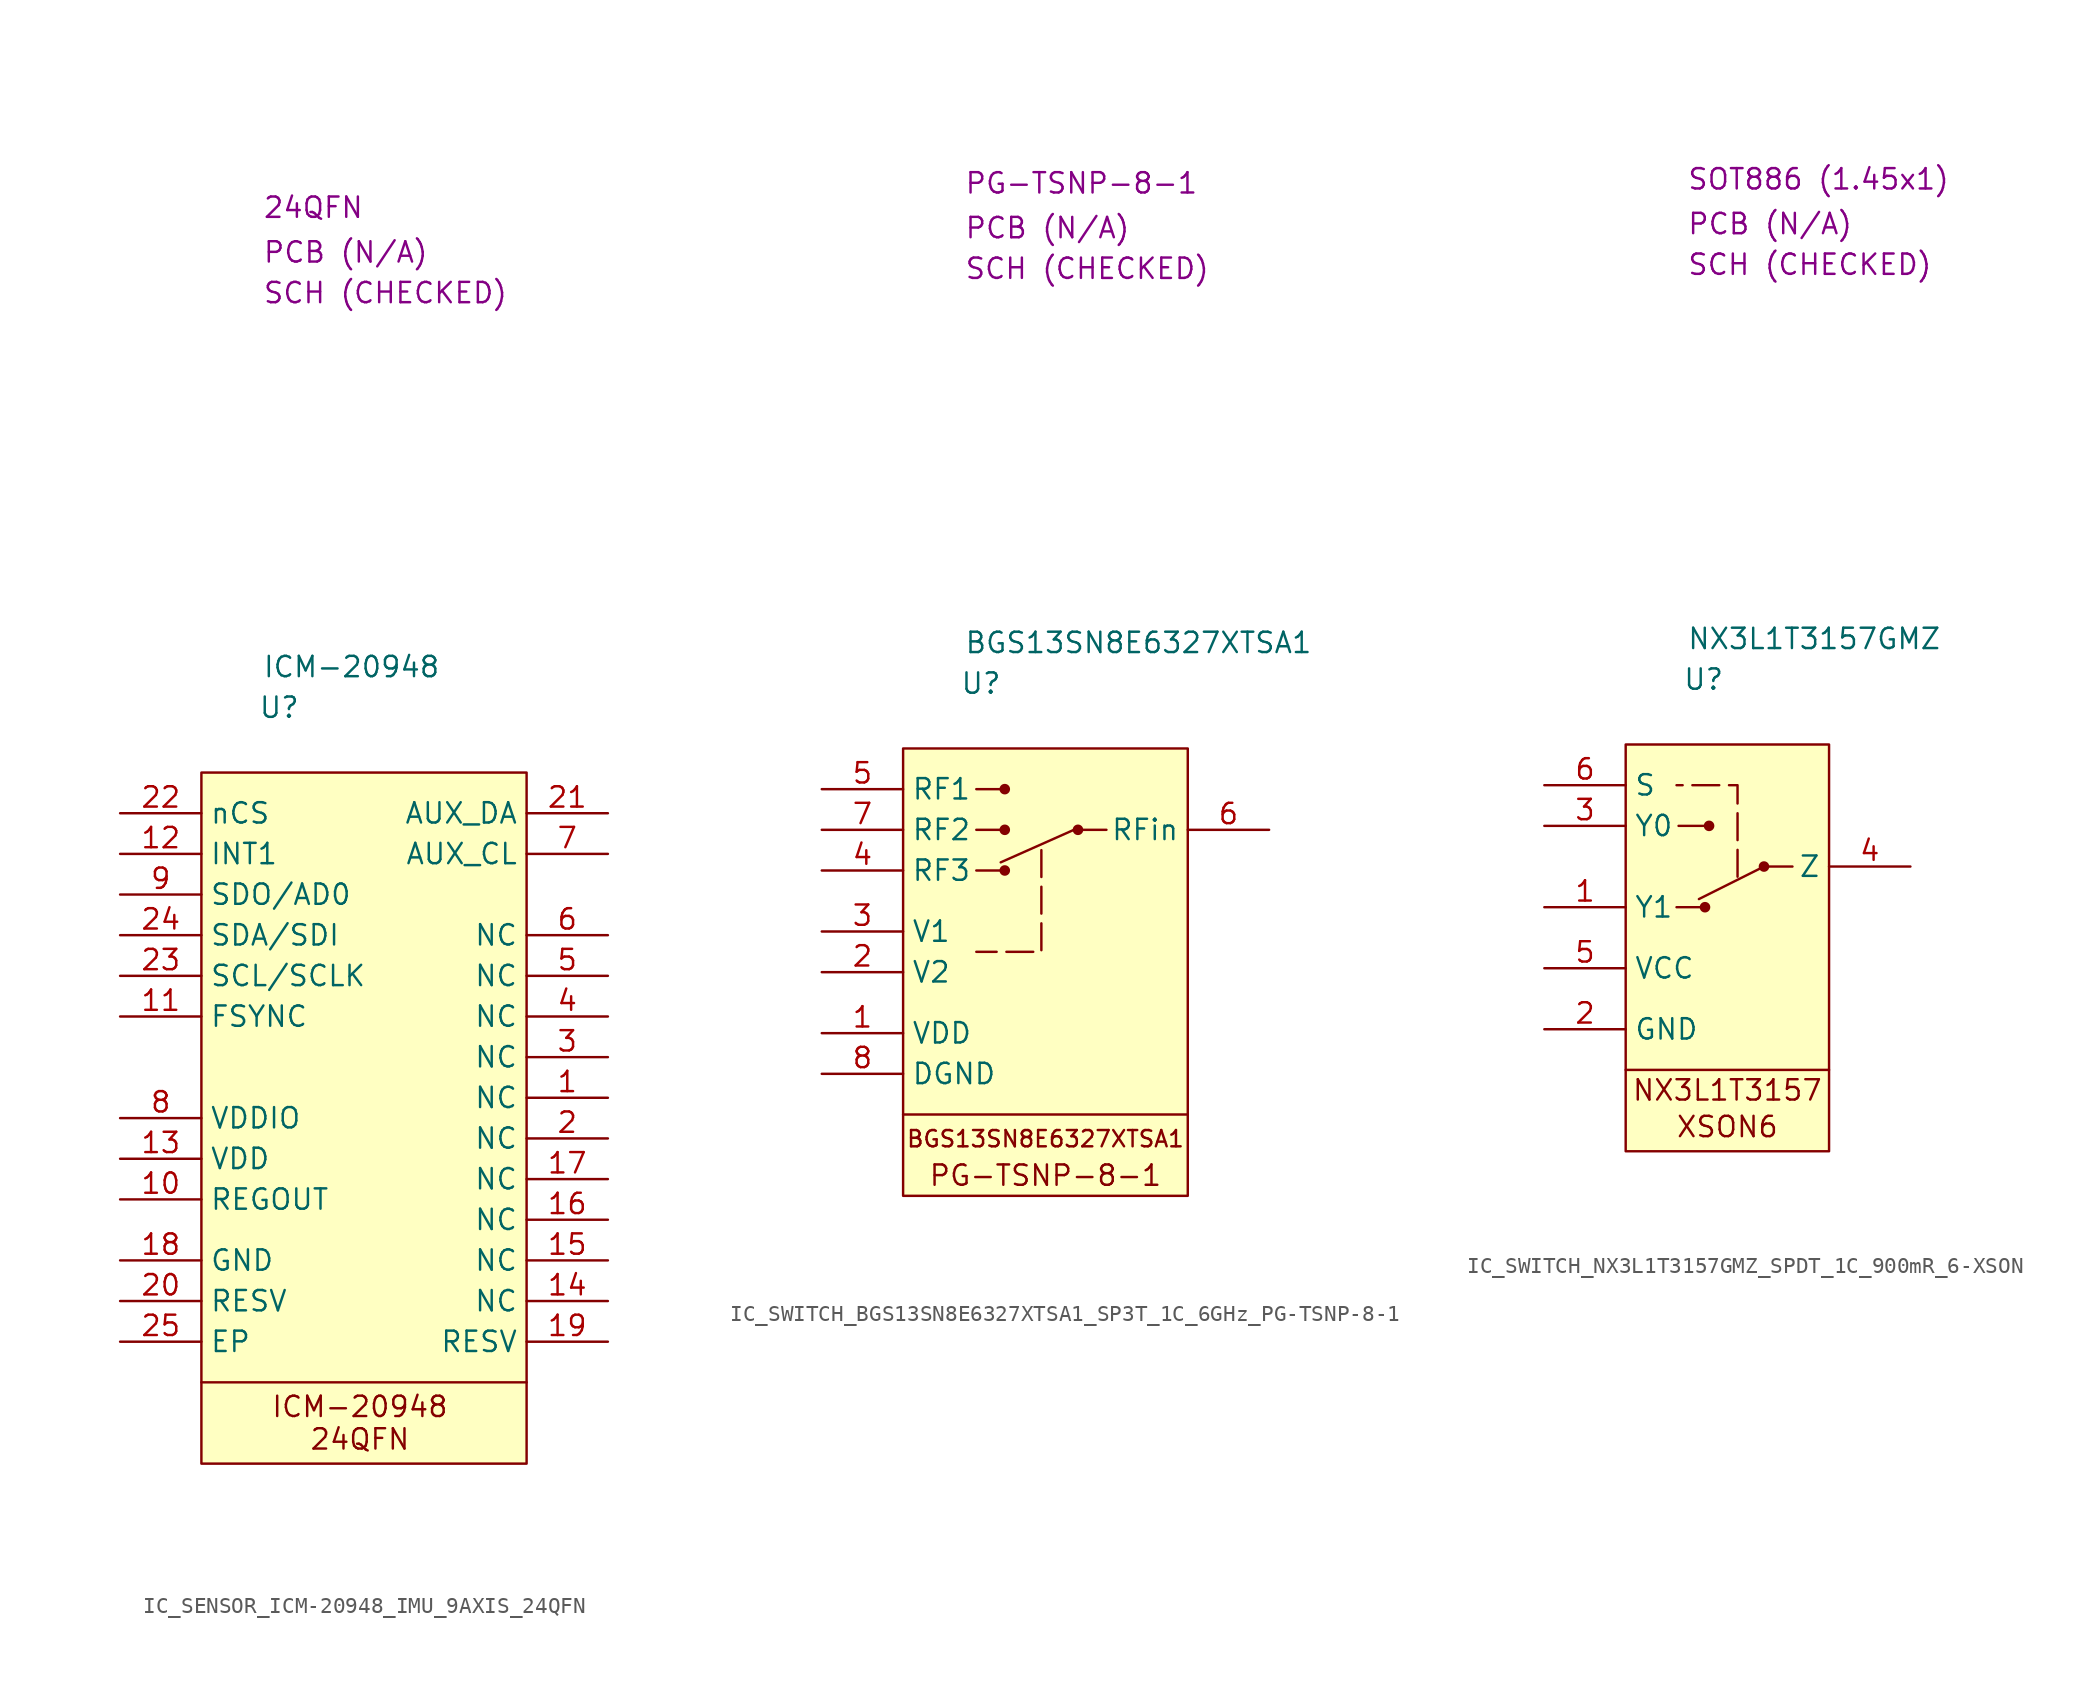
<source format=kicad_sym>
(kicad_symbol_lib
  (version 20231120)
  (generator "kicad_symbol_editor")
  (generator_version "8.0")
  (symbol "IC_SENSOR_ICM-20948_IMU_9AXIS_24QFN"
    (property "Reference" "U"
      (at 3.556 4.064 0)
      (effects (font (size 1.27 1.27)) (justify left)))
    (property "Value" "ICM-20948"
      (at 3.81 6.604 0)
      (effects (font (size 1.27 1.27)) (justify left)))
    (property "Package" "24QFN"
      (at 3.81 35.306 0)
      (effects (font (size 1.27 1.27)) (justify left)))
    (property "SCH CHECK" "SCH (CHECKED)"
      (at 3.81 29.972 0)
      (effects (font (size 1.27 1.27)) (justify left)))
    (property "PCB CHECK" "PCB (N/A)"
      (at 3.81 32.512 0)
      (effects (font (size 1.27 1.27)) (justify left)))
    (symbol "IC_SENSOR_ICM-20948_IMU_9AXIS_24QFN_1_1"
      (polyline (pts (xy 0 -38.1) (xy 20.32 -38.1)) (stroke (width 0) (type default)) (fill (type none)))
      (rectangle (start 0 0) (end 20.32 -43.18) (stroke (width 0) (type default)) (fill (type background)))
      (text "24QFN" (at 9.906 -41.656 0) (effects (font (size 1.27 1.27))))
      (text "ICM-20948" (at 9.906 -39.624 0) (effects (font (size 1.27 1.27))))
      (pin passive line (at 25.4 -20.32 180) (length 5.08) (name "NC" (effects (font (size 1.27 1.27)))) (number "1" (effects (font (size 1.27 1.27)))))
      (pin passive line (at -5.08 -26.67 0) (length 5.08) (name "REGOUT" (effects (font (size 1.27 1.27)))) (number "10" (effects (font (size 1.27 1.27)))))
      (pin passive line (at -5.08 -15.24 0) (length 5.08) (name "FSYNC" (effects (font (size 1.27 1.27)))) (number "11" (effects (font (size 1.27 1.27)))))
      (pin passive line (at -5.08 -5.08 0) (length 5.08) (name "INT1" (effects (font (size 1.27 1.27)))) (number "12" (effects (font (size 1.27 1.27)))))
      (pin passive line (at -5.08 -24.13 0) (length 5.08) (name "VDD" (effects (font (size 1.27 1.27)))) (number "13" (effects (font (size 1.27 1.27)))))
      (pin passive line (at 25.4 -33.02 180) (length 5.08) (name "NC" (effects (font (size 1.27 1.27)))) (number "14" (effects (font (size 1.27 1.27)))))
      (pin passive line (at 25.4 -30.48 180) (length 5.08) (name "NC" (effects (font (size 1.27 1.27)))) (number "15" (effects (font (size 1.27 1.27)))))
      (pin passive line (at 25.4 -27.94 180) (length 5.08) (name "NC" (effects (font (size 1.27 1.27)))) (number "16" (effects (font (size 1.27 1.27)))))
      (pin passive line (at 25.4 -25.4 180) (length 5.08) (name "NC" (effects (font (size 1.27 1.27)))) (number "17" (effects (font (size 1.27 1.27)))))
      (pin passive line (at -5.08 -30.48 0) (length 5.08) (name "GND" (effects (font (size 1.27 1.27)))) (number "18" (effects (font (size 1.27 1.27)))))
      (pin passive line (at 25.4 -35.56 180) (length 5.08) (name "RESV" (effects (font (size 1.27 1.27)))) (number "19" (effects (font (size 1.27 1.27)))))
      (pin passive line (at 25.4 -22.86 180) (length 5.08) (name "NC" (effects (font (size 1.27 1.27)))) (number "2" (effects (font (size 1.27 1.27)))))
      (pin passive line (at -5.08 -33.02 0) (length 5.08) (name "RESV" (effects (font (size 1.27 1.27)))) (number "20" (effects (font (size 1.27 1.27)))))
      (pin passive line (at 25.4 -2.54 180) (length 5.08) (name "AUX_DA" (effects (font (size 1.27 1.27)))) (number "21" (effects (font (size 1.27 1.27)))))
      (pin passive line (at -5.08 -2.54 0) (length 5.08) (name "nCS" (effects (font (size 1.27 1.27)))) (number "22" (effects (font (size 1.27 1.27)))))
      (pin passive line (at -5.08 -12.7 0) (length 5.08) (name "SCL/SCLK" (effects (font (size 1.27 1.27)))) (number "23" (effects (font (size 1.27 1.27)))))
      (pin passive line (at -5.08 -10.16 0) (length 5.08) (name "SDA/SDI" (effects (font (size 1.27 1.27)))) (number "24" (effects (font (size 1.27 1.27)))))
      (pin passive line (at -5.08 -35.56 0) (length 5.08) (name "EP" (effects (font (size 1.27 1.27)))) (number "25" (effects (font (size 1.27 1.27)))))
      (pin passive line (at 25.4 -17.78 180) (length 5.08) (name "NC" (effects (font (size 1.27 1.27)))) (number "3" (effects (font (size 1.27 1.27)))))
      (pin passive line (at 25.4 -15.24 180) (length 5.08) (name "NC" (effects (font (size 1.27 1.27)))) (number "4" (effects (font (size 1.27 1.27)))))
      (pin passive line (at 25.4 -12.7 180) (length 5.08) (name "NC" (effects (font (size 1.27 1.27)))) (number "5" (effects (font (size 1.27 1.27)))))
      (pin passive line (at 25.4 -10.16 180) (length 5.08) (name "NC" (effects (font (size 1.27 1.27)))) (number "6" (effects (font (size 1.27 1.27)))))
      (pin passive line (at 25.4 -5.08 180) (length 5.08) (name "AUX_CL" (effects (font (size 1.27 1.27)))) (number "7" (effects (font (size 1.27 1.27)))))
      (pin passive line (at -5.08 -21.59 0) (length 5.08) (name "VDDIO" (effects (font (size 1.27 1.27)))) (number "8" (effects (font (size 1.27 1.27)))))
      (pin passive line (at -5.08 -7.62 0) (length 5.08) (name "SDO/AD0" (effects (font (size 1.27 1.27)))) (number "9" (effects (font (size 1.27 1.27)))))))
  (symbol "IC_SWITCH_BGS13SN8E6327XTSA1_SP3T_1C_6GHz_PG-TSNP-8-1"
    (property "Reference" "U"
      (at 3.556 4.064 0)
      (effects (font (size 1.27 1.27)) (justify left)))
    (property "Value" "BGS13SN8E6327XTSA1"
      (at 3.81 6.604 0)
      (effects (font (size 1.27 1.27)) (justify left)))
    (property "Package" "PG-TSNP-8-1"
      (at 3.81 35.306 0)
      (effects (font (size 1.27 1.27)) (justify left)))
    (property "SCH CHECK" "SCH (CHECKED)"
      (at 3.81 29.972 0)
      (effects (font (size 1.27 1.27)) (justify left)))
    (property "PCB CHECK" "PCB (N/A)"
      (at 3.81 32.512 0)
      (effects (font (size 1.27 1.27)) (justify left)))
    (symbol "IC_SWITCH_BGS13SN8E6327XTSA1_SP3T_1C_6GHz_PG-TSNP-8-1_0_1"
      (polyline (pts (xy 4.572 -7.62) (xy 6.35 -7.62)) (stroke (width 0) (type default)) (fill (type none)))
      (polyline (pts (xy 4.572 -5.08) (xy 6.35 -5.08)) (stroke (width 0) (type default)) (fill (type none)))
      (polyline (pts (xy 4.572 -2.54) (xy 6.35 -2.54)) (stroke (width 0) (type default)) (fill (type none)))
      (polyline (pts (xy 10.922 -5.08) (xy 12.7 -5.08)) (stroke (width 0) (type default)) (fill (type none))))
    (symbol "IC_SWITCH_BGS13SN8E6327XTSA1_SP3T_1C_6GHz_PG-TSNP-8-1_1_1"
      (polyline (pts (xy 0 -22.86) (xy 17.78 -22.86)) (stroke (width 0) (type default)) (fill (type none)))
      (polyline (pts (xy 10.668 -5.08) (xy 6.096 -7.112)) (stroke (width 0) (type default)) (fill (type none)))
      (polyline (pts (xy 8.636 -6.35) (xy 8.636 -12.7) (xy 4.572 -12.7)) (stroke (width 0) (type dash)) (fill (type none)))
      (rectangle (start 0 0) (end 17.78 -27.94) (stroke (width 0) (type default)) (fill (type background)))
      (circle (center 6.35 -7.62) (radius 0.254) (stroke (width 0) (type default)) (fill (type outline)))
      (circle (center 6.35 -5.08) (radius 0.254) (stroke (width 0) (type default)) (fill (type outline)))
      (circle (center 6.35 -2.54) (radius 0.254) (stroke (width 0) (type default)) (fill (type outline)))
      (circle (center 10.922 -5.08) (radius 0.254) (stroke (width 0) (type default)) (fill (type outline)))
      (text "BGS13SN8E6327XTSA1" (at 8.89 -24.384 0) (effects (font (size 1.016 1.016))))
      (text "PG-TSNP-8-1" (at 8.89 -26.67 0) (effects (font (size 1.27 1.27))))
      (pin passive line (at -5.08 -17.78 0) (length 5.08) (name "VDD" (effects (font (size 1.27 1.27)))) (number "1" (effects (font (size 1.27 1.27)))))
      (pin passive line (at -5.08 -13.97 0) (length 5.08) (name "V2" (effects (font (size 1.27 1.27)))) (number "2" (effects (font (size 1.27 1.27)))))
      (pin passive line (at -5.08 -11.43 0) (length 5.08) (name "V1" (effects (font (size 1.27 1.27)))) (number "3" (effects (font (size 1.27 1.27)))))
      (pin passive line (at -5.08 -7.62 0) (length 5.08) (name "RF3" (effects (font (size 1.27 1.27)))) (number "4" (effects (font (size 1.27 1.27)))))
      (pin passive line (at -5.08 -2.54 0) (length 5.08) (name "RF1" (effects (font (size 1.27 1.27)))) (number "5" (effects (font (size 1.27 1.27)))))
      (pin passive line (at 22.86 -5.08 180) (length 5.08) (name "RFin" (effects (font (size 1.27 1.27)))) (number "6" (effects (font (size 1.27 1.27)))))
      (pin passive line (at -5.08 -5.08 0) (length 5.08) (name "RF2" (effects (font (size 1.27 1.27)))) (number "7" (effects (font (size 1.27 1.27)))))
      (pin passive line (at -5.08 -20.32 0) (length 5.08) (name "DGND" (effects (font (size 1.27 1.27)))) (number "8" (effects (font (size 1.27 1.27)))))))
  (symbol "IC_SWITCH_NX3L1T3157GMZ_SPDT_1C_900mR_6-XSON"
    (property "Reference" "U"
      (at 3.556 4.064 0)
      (effects (font (size 1.27 1.27)) (justify left)))
    (property "Value" "NX3L1T3157GMZ"
      (at 3.81 6.604 0)
      (effects (font (size 1.27 1.27)) (justify left)))
    (property "Package" "SOT886 (1.45x1)"
      (at 3.81 35.306 0)
      (effects (font (size 1.27 1.27)) (justify left)))
    (property "SCH CHECK" "SCH (CHECKED)"
      (at 3.81 29.972 0)
      (effects (font (size 1.27 1.27)) (justify left)))
    (property "PCB CHECK" "PCB (N/A)"
      (at 3.81 32.512 0)
      (effects (font (size 1.27 1.27)) (justify left)))
    (symbol "IC_SWITCH_NX3L1T3157GMZ_SPDT_1C_900mR_6-XSON_0_1"
      (polyline (pts (xy 3.175 -10.16) (xy 4.953 -10.16)) (stroke (width 0) (type default)) (fill (type none)))
      (polyline (pts (xy 3.302 -5.08) (xy 5.08 -5.08)) (stroke (width 0) (type default)) (fill (type none)))
      (polyline (pts (xy 8.636 -7.62) (xy 10.414 -7.62)) (stroke (width 0) (type default)) (fill (type none))))
    (symbol "IC_SWITCH_NX3L1T3157GMZ_SPDT_1C_900mR_6-XSON_1_1"
      (polyline (pts (xy 0 -20.32) (xy 12.7 -20.32)) (stroke (width 0) (type default)) (fill (type none)))
      (polyline (pts (xy 8.636 -7.62) (xy 4.572 -9.652)) (stroke (width 0) (type default)) (fill (type none)))
      (polyline (pts (xy 6.985 -8.255) (xy 6.985 -2.54) (xy 3.175 -2.54)) (stroke (width 0) (type dash)) (fill (type none)))
      (rectangle (start 0 0) (end 12.7 -25.4) (stroke (width 0) (type default)) (fill (type background)))
      (circle (center 4.953 -10.16) (radius 0.254) (stroke (width 0) (type default)) (fill (type outline)))
      (circle (center 5.207 -5.08) (radius 0.254) (stroke (width 0) (type default)) (fill (type outline)))
      (circle (center 8.636 -7.62) (radius 0.254) (stroke (width 0) (type default)) (fill (type outline)))
      (text "NX3L1T3157" (at 6.35 -21.59 0) (effects (font (size 1.27 1.27))))
      (text "XSON6" (at 6.35 -23.876 0) (effects (font (size 1.27 1.27))))
      (pin passive line (at -5.08 -10.16 0) (length 5.08) (name "Y1" (effects (font (size 1.27 1.27)))) (number "1" (effects (font (size 1.27 1.27)))))
      (pin passive line (at -5.08 -17.78 0) (length 5.08) (name "GND" (effects (font (size 1.27 1.27)))) (number "2" (effects (font (size 1.27 1.27)))))
      (pin passive line (at -5.08 -5.08 0) (length 5.08) (name "Y0" (effects (font (size 1.27 1.27)))) (number "3" (effects (font (size 1.27 1.27)))))
      (pin passive line (at 17.78 -7.62 180) (length 5.08) (name "Z" (effects (font (size 1.27 1.27)))) (number "4" (effects (font (size 1.27 1.27)))))
      (pin passive line (at -5.08 -13.97 0) (length 5.08) (name "VCC" (effects (font (size 1.27 1.27)))) (number "5" (effects (font (size 1.27 1.27)))))
      (pin passive line (at -5.08 -2.54 0) (length 5.08) (name "S" (effects (font (size 1.27 1.27)))) (number "6" (effects (font (size 1.27 1.27))))))))
</source>
